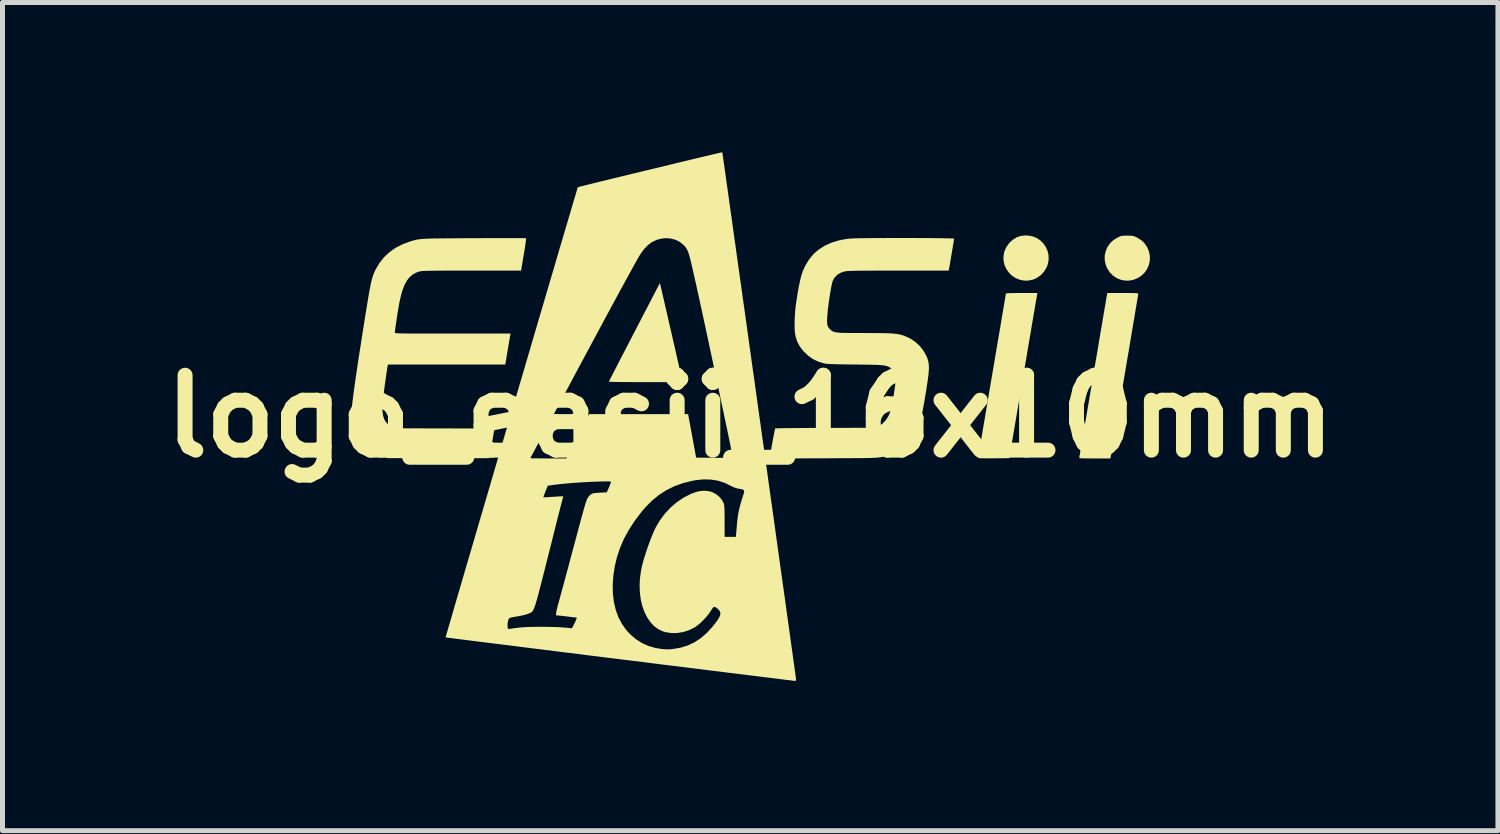
<source format=kicad_pcb>
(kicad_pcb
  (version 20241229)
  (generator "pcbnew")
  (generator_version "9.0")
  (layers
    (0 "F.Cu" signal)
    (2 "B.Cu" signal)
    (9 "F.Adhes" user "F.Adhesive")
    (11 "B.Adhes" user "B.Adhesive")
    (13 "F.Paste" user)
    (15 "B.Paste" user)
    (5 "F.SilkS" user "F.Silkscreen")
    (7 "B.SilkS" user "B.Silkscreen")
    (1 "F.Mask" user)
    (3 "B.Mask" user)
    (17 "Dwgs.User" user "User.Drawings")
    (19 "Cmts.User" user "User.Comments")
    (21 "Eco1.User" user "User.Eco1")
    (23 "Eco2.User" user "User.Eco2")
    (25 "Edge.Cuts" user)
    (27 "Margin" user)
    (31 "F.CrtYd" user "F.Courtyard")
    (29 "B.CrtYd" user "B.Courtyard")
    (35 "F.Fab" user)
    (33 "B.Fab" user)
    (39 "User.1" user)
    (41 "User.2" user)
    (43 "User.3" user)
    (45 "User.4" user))
  (footprint "logo_easii_16x10mm"
    (layer "F.Cu")
    (at 11.979 5.289)
    (property "Reference" "logo_easii_16x10mm" (at 0 0 0) (layer "F.SilkS") (effects (font (size 1.5 1.5) (thickness 0.3))))
    (attr board_only exclude_from_pos_files exclude_from_bom)
    (fp_poly (pts (xy 5.555 -3.622) (xy 5.648 -3.607) (xy 5.732 -3.575) (xy 5.806 -3.527) (xy 5.869 -3.466) (xy 5.919 -3.394) (xy 5.955 -3.315) (xy 5.975 -3.229) (xy 5.978 -3.14) (xy 5.962 -3.049) (xy 5.936 -2.98) (xy 5.886 -2.898) (xy 5.823 -2.829) (xy 5.749 -2.776) (xy 5.666 -2.738) (xy 5.577 -2.719) (xy 5.486 -2.718) (xy 5.396 -2.736) (xy 5.312 -2.771) (xy 5.242 -2.817) (xy 5.19 -2.867) (xy 5.132 -2.946) (xy 5.093 -3.032) (xy 5.073 -3.122) (xy 5.073 -3.213) (xy 5.091 -3.303) (xy 5.129 -3.388) (xy 5.185 -3.467) (xy 5.196 -3.479) (xy 5.269 -3.544) (xy 5.346 -3.589) (xy 5.431 -3.615) (xy 5.525 -3.623)) (stroke (width 0) (type solid)) (fill yes) (layer "F.SilkS"))
    (fp_poly (pts (xy 7.606 -3.618) (xy 7.644 -3.616) (xy 7.673 -3.612) (xy 7.7 -3.603) (xy 7.729 -3.59) (xy 7.74 -3.585) (xy 7.827 -3.532) (xy 7.897 -3.468) (xy 7.95 -3.391) (xy 7.987 -3.302) (xy 8.005 -3.209) (xy 8.005 -3.119) (xy 7.986 -3.034) (xy 7.952 -2.954) (xy 7.903 -2.883) (xy 7.843 -2.822) (xy 7.771 -2.774) (xy 7.692 -2.739) (xy 7.605 -2.719) (xy 7.514 -2.718) (xy 7.431 -2.732) (xy 7.344 -2.766) (xy 7.268 -2.817) (xy 7.204 -2.881) (xy 7.154 -2.956) (xy 7.119 -3.039) (xy 7.101 -3.128) (xy 7.101 -3.22) (xy 7.119 -3.302) (xy 7.156 -3.393) (xy 7.21 -3.469) (xy 7.28 -3.533) (xy 7.366 -3.585) (xy 7.398 -3.6) (xy 7.425 -3.61) (xy 7.453 -3.615) (xy 7.488 -3.618) (xy 7.536 -3.619) (xy 7.553 -3.619)) (stroke (width 0) (type solid)) (fill yes) (layer "F.SilkS"))
    (fp_poly (pts (xy -1.807 -2.658) (xy -1.8 -2.628) (xy -1.789 -2.581) (xy -1.774 -2.519) (xy -1.757 -2.443) (xy -1.736 -2.355) (xy -1.714 -2.256) (xy -1.689 -2.149) (xy -1.663 -2.035) (xy -1.636 -1.916) (xy -1.608 -1.794) (xy -1.579 -1.671) (xy -1.551 -1.547) (xy -1.523 -1.426) (xy -1.496 -1.309) (xy -1.471 -1.197) (xy -1.447 -1.092) (xy -1.425 -0.996) (xy -1.406 -0.912) (xy -1.389 -0.839) (xy -1.376 -0.781) (xy -1.367 -0.74) (xy -1.362 -0.716) (xy -1.361 -0.714) (xy -1.355 -0.684) (xy -2.095 -0.684) (xy -2.251 -0.684) (xy -2.386 -0.685) (xy -2.502 -0.685) (xy -2.599 -0.686) (xy -2.677 -0.687) (xy -2.739 -0.688) (xy -2.784 -0.69) (xy -2.814 -0.692) (xy -2.829 -0.694) (xy -2.831 -0.696) (xy -2.825 -0.708) (xy -2.811 -0.737) (xy -2.788 -0.781) (xy -2.758 -0.84) (xy -2.721 -0.912) (xy -2.678 -0.995) (xy -2.631 -1.087) (xy -2.579 -1.188) (xy -2.523 -1.295) (xy -2.465 -1.407) (xy -2.405 -1.523) (xy -2.344 -1.641) (xy -2.283 -1.759) (xy -2.222 -1.876) (xy -2.163 -1.991) (xy -2.105 -2.102) (xy -2.05 -2.207) (xy -1.999 -2.306) (xy -1.953 -2.395) (xy -1.911 -2.475) (xy -1.876 -2.543) (xy -1.847 -2.598) (xy -1.826 -2.638) (xy -1.813 -2.662) (xy -1.809 -2.668)) (stroke (width 0) (type solid)) (fill yes) (layer "F.SilkS"))
    (fp_poly (pts (xy 5.746 -2.435) (xy 5.743 -2.42) (xy 5.738 -2.386) (xy 5.729 -2.333) (xy 5.716 -2.263) (xy 5.702 -2.176) (xy 5.684 -2.074) (xy 5.664 -1.957) (xy 5.642 -1.828) (xy 5.619 -1.687) (xy 5.593 -1.536) (xy 5.565 -1.375) (xy 5.537 -1.206) (xy 5.507 -1.03) (xy 5.476 -0.849) (xy 5.464 -0.78) (xy 5.189 0.839) (xy 4.877 0.842) (xy 4.78 0.843) (xy 4.7 0.842) (xy 4.638 0.841) (xy 4.594 0.839) (xy 4.57 0.837) (xy 4.565 0.834) (xy 4.566 0.823) (xy 4.572 0.791) (xy 4.58 0.741) (xy 4.591 0.673) (xy 4.606 0.589) (xy 4.622 0.489) (xy 4.642 0.375) (xy 4.663 0.248) (xy 4.687 0.109) (xy 4.712 -0.041) (xy 4.739 -0.2) (xy 4.768 -0.368) (xy 4.797 -0.544) (xy 4.828 -0.725) (xy 4.843 -0.811) (xy 4.874 -0.995) (xy 4.904 -1.173) (xy 4.933 -1.345) (xy 4.961 -1.508) (xy 4.987 -1.663) (xy 5.012 -1.807) (xy 5.034 -1.94) (xy 5.054 -2.06) (xy 5.072 -2.167) (xy 5.088 -2.259) (xy 5.1 -2.334) (xy 5.11 -2.393) (xy 5.117 -2.434) (xy 5.12 -2.455) (xy 5.121 -2.457) (xy 5.128 -2.461) (xy 5.149 -2.464) (xy 5.187 -2.466) (xy 5.242 -2.468) (xy 5.315 -2.469) (xy 5.408 -2.469) (xy 5.436 -2.469) (xy 5.752 -2.469)) (stroke (width 0) (type solid)) (fill yes) (layer "F.SilkS"))
    (fp_poly (pts (xy 7.552 -2.469) (xy 7.622 -2.469) (xy 7.676 -2.468) (xy 7.715 -2.467) (xy 7.741 -2.466) (xy 7.758 -2.463) (xy 7.767 -2.459) (xy 7.771 -2.455) (xy 7.772 -2.449) (xy 7.77 -2.437) (xy 7.765 -2.405) (xy 7.757 -2.355) (xy 7.746 -2.288) (xy 7.732 -2.206) (xy 7.716 -2.109) (xy 7.698 -2) (xy 7.677 -1.88) (xy 7.655 -1.749) (xy 7.632 -1.61) (xy 7.607 -1.464) (xy 7.582 -1.312) (xy 7.555 -1.156) (xy 7.529 -0.997) (xy 7.501 -0.836) (xy 7.474 -0.675) (xy 7.447 -0.515) (xy 7.421 -0.358) (xy 7.395 -0.205) (xy 7.37 -0.057) (xy 7.346 0.084) (xy 7.323 0.216) (xy 7.302 0.34) (xy 7.283 0.452) (xy 7.266 0.551) (xy 7.251 0.637) (xy 7.239 0.708) (xy 7.23 0.762) (xy 7.223 0.799) (xy 7.22 0.815) (xy 7.214 0.845) (xy 6.901 0.845) (xy 6.811 0.844) (xy 6.74 0.844) (xy 6.685 0.843) (xy 6.646 0.842) (xy 6.619 0.841) (xy 6.603 0.838) (xy 6.594 0.834) (xy 6.591 0.83) (xy 6.591 0.826) (xy 6.594 0.813) (xy 6.599 0.781) (xy 6.608 0.73) (xy 6.62 0.661) (xy 6.634 0.576) (xy 6.652 0.475) (xy 6.671 0.361) (xy 6.693 0.233) (xy 6.716 0.094) (xy 6.742 -0.056) (xy 6.769 -0.216) (xy 6.798 -0.384) (xy 6.827 -0.559) (xy 6.858 -0.74) (xy 6.868 -0.802) (xy 6.899 -0.985) (xy 6.93 -1.162) (xy 6.959 -1.333) (xy 6.986 -1.496) (xy 7.012 -1.65) (xy 7.037 -1.794) (xy 7.059 -1.926) (xy 7.08 -2.046) (xy 7.098 -2.153) (xy 7.114 -2.244) (xy 7.126 -2.319) (xy 7.136 -2.378) (xy 7.143 -2.417) (xy 7.147 -2.438) (xy 7.147 -2.44) (xy 7.153 -2.469) (xy 7.463 -2.469)) (stroke (width 0) (type solid)) (fill yes) (layer "F.SilkS"))
    (fp_poly (pts (xy -4.772 -3.569) (xy -4.684 -3.569) (xy -4.611 -3.569) (xy -4.555 -3.568) (xy -4.517 -3.568) (xy -4.497 -3.567) (xy -4.496 -3.567) (xy -4.492 -3.56) (xy -4.492 -3.543) (xy -4.494 -3.513) (xy -4.5 -3.47) (xy -4.509 -3.41) (xy -4.521 -3.332) (xy -4.537 -3.24) (xy -4.591 -2.918) (xy -5.575 -2.918) (xy -5.746 -2.918) (xy -5.897 -2.918) (xy -6.03 -2.918) (xy -6.145 -2.918) (xy -6.243 -2.917) (xy -6.327 -2.916) (xy -6.397 -2.915) (xy -6.456 -2.914) (xy -6.503 -2.913) (xy -6.541 -2.911) (xy -6.57 -2.91) (xy -6.593 -2.907) (xy -6.61 -2.905) (xy -6.621 -2.902) (xy -6.698 -2.876) (xy -6.766 -2.837) (xy -6.826 -2.785) (xy -6.878 -2.718) (xy -6.923 -2.636) (xy -6.963 -2.536) (xy -6.997 -2.418) (xy -7.028 -2.281) (xy -7.036 -2.234) (xy -7.047 -2.174) (xy -7.058 -2.106) (xy -7.07 -2.033) (xy -7.081 -1.959) (xy -7.092 -1.886) (xy -7.102 -1.819) (xy -7.11 -1.761) (xy -7.116 -1.715) (xy -7.119 -1.686) (xy -7.12 -1.678) (xy -7.119 -1.675) (xy -7.118 -1.672) (xy -7.114 -1.669) (xy -7.106 -1.667) (xy -7.093 -1.665) (xy -7.074 -1.663) (xy -7.048 -1.662) (xy -7.014 -1.661) (xy -6.97 -1.66) (xy -6.915 -1.659) (xy -6.848 -1.658) (xy -6.768 -1.658) (xy -6.673 -1.657) (xy -6.563 -1.657) (xy -6.436 -1.657) (xy -6.291 -1.657) (xy -6.127 -1.657) (xy -5.962 -1.657) (xy -4.803 -1.657) (xy -4.849 -1.382) (xy -4.862 -1.306) (xy -4.874 -1.235) (xy -4.884 -1.173) (xy -4.893 -1.123) (xy -4.899 -1.087) (xy -4.901 -1.072) (xy -4.908 -1.037) (xy -6.082 -1.037) (xy -7.257 -1.037) (xy -7.263 -1.008) (xy -7.269 -0.978) (xy -7.276 -0.931) (xy -7.286 -0.869) (xy -7.296 -0.798) (xy -7.307 -0.719) (xy -7.319 -0.637) (xy -7.33 -0.556) (xy -7.34 -0.478) (xy -7.349 -0.408) (xy -7.356 -0.35) (xy -7.36 -0.317) (xy -7.369 -0.198) (xy -7.367 -0.096) (xy -7.355 -0.011) (xy -7.332 0.06) (xy -7.297 0.118) (xy -7.251 0.165) (xy -7.191 0.203) (xy -7.187 0.205) (xy -7.115 0.241) (xy -6.12 0.243) (xy -5.124 0.246) (xy -5.174 0.543) (xy -5.223 0.839) (xy -6.222 0.84) (xy -6.367 0.84) (xy -6.507 0.84) (xy -6.64 0.84) (xy -6.764 0.84) (xy -6.878 0.84) (xy -6.981 0.839) (xy -7.07 0.839) (xy -7.144 0.839) (xy -7.202 0.838) (xy -7.242 0.838) (xy -7.263 0.837) (xy -7.264 0.837) (xy -7.411 0.816) (xy -7.541 0.781) (xy -7.655 0.733) (xy -7.753 0.671) (xy -7.835 0.596) (xy -7.9 0.508) (xy -7.948 0.406) (xy -7.979 0.291) (xy -7.981 0.278) (xy -7.988 0.236) (xy -7.992 0.191) (xy -7.995 0.142) (xy -7.996 0.088) (xy -7.995 0.027) (xy -7.991 -0.041) (xy -7.985 -0.117) (xy -7.977 -0.204) (xy -7.967 -0.301) (xy -7.953 -0.41) (xy -7.937 -0.533) (xy -7.918 -0.67) (xy -7.896 -0.822) (xy -7.871 -0.99) (xy -7.843 -1.177) (xy -7.811 -1.382) (xy -7.776 -1.604) (xy -7.748 -1.785) (xy -7.722 -1.948) (xy -7.699 -2.091) (xy -7.678 -2.218) (xy -7.66 -2.329) (xy -7.644 -2.426) (xy -7.629 -2.51) (xy -7.615 -2.582) (xy -7.603 -2.643) (xy -7.591 -2.696) (xy -7.58 -2.742) (xy -7.569 -2.781) (xy -7.558 -2.815) (xy -7.547 -2.846) (xy -7.535 -2.875) (xy -7.523 -2.903) (xy -7.509 -2.932) (xy -7.502 -2.945) (xy -7.426 -3.074) (xy -7.334 -3.188) (xy -7.226 -3.289) (xy -7.103 -3.375) (xy -6.966 -3.446) (xy -6.82 -3.5) (xy -6.787 -3.51) (xy -6.757 -3.519) (xy -6.728 -3.527) (xy -6.7 -3.534) (xy -6.67 -3.54) (xy -6.637 -3.545) (xy -6.6 -3.549) (xy -6.558 -3.553) (xy -6.508 -3.556) (xy -6.45 -3.559) (xy -6.381 -3.561) (xy -6.302 -3.562) (xy -6.209 -3.563) (xy -6.102 -3.564) (xy -5.979 -3.565) (xy -5.839 -3.566) (xy -5.681 -3.567) (xy -5.528 -3.567) (xy -5.382 -3.568) (xy -5.242 -3.569) (xy -5.11 -3.569) (xy -4.986 -3.569) (xy -4.873 -3.569)) (stroke (width 0) (type solid)) (fill yes) (layer "F.SilkS"))
    (fp_poly (pts (xy 3.147 -3.571) (xy 3.275 -3.571) (xy 3.4 -3.57) (xy 3.52 -3.57) (xy 3.633 -3.569) (xy 3.737 -3.568) (xy 3.831 -3.567) (xy 3.913 -3.565) (xy 3.98 -3.564) (xy 4.033 -3.562) (xy 4.067 -3.56) (xy 4.083 -3.558) (xy 4.084 -3.557) (xy 4.082 -3.544) (xy 4.077 -3.513) (xy 4.07 -3.467) (xy 4.06 -3.411) (xy 4.05 -3.346) (xy 4.038 -3.277) (xy 4.026 -3.207) (xy 4.015 -3.138) (xy 4.004 -3.076) (xy 3.995 -3.021) (xy 3.987 -2.979) (xy 3.982 -2.952) (xy 3.981 -2.948) (xy 3.975 -2.918) (xy 2.968 -2.918) (xy 2.795 -2.918) (xy 2.643 -2.918) (xy 2.509 -2.918) (xy 2.392 -2.917) (xy 2.291 -2.917) (xy 2.206 -2.916) (xy 2.133 -2.915) (xy 2.073 -2.914) (xy 2.024 -2.913) (xy 1.984 -2.911) (xy 1.953 -2.91) (xy 1.928 -2.907) (xy 1.909 -2.905) (xy 1.894 -2.902) (xy 1.892 -2.902) (xy 1.808 -2.874) (xy 1.74 -2.832) (xy 1.688 -2.777) (xy 1.656 -2.721) (xy 1.645 -2.689) (xy 1.633 -2.639) (xy 1.62 -2.575) (xy 1.607 -2.499) (xy 1.593 -2.416) (xy 1.58 -2.328) (xy 1.568 -2.24) (xy 1.557 -2.153) (xy 1.549 -2.073) (xy 1.543 -2.002) (xy 1.54 -1.943) (xy 1.539 -1.923) (xy 1.541 -1.864) (xy 1.548 -1.82) (xy 1.562 -1.786) (xy 1.585 -1.756) (xy 1.608 -1.734) (xy 1.625 -1.72) (xy 1.641 -1.708) (xy 1.66 -1.698) (xy 1.682 -1.69) (xy 1.709 -1.683) (xy 1.743 -1.678) (xy 1.787 -1.674) (xy 1.842 -1.671) (xy 1.909 -1.67) (xy 1.992 -1.668) (xy 2.09 -1.668) (xy 2.208 -1.668) (xy 2.287 -1.668) (xy 2.423 -1.667) (xy 2.54 -1.667) (xy 2.64 -1.666) (xy 2.724 -1.664) (xy 2.795 -1.661) (xy 2.855 -1.658) (xy 2.906 -1.653) (xy 2.95 -1.647) (xy 2.989 -1.64) (xy 3.025 -1.631) (xy 3.061 -1.62) (xy 3.088 -1.611) (xy 3.2 -1.561) (xy 3.303 -1.493) (xy 3.394 -1.41) (xy 3.47 -1.314) (xy 3.529 -1.208) (xy 3.546 -1.167) (xy 3.558 -1.129) (xy 3.568 -1.091) (xy 3.575 -1.05) (xy 3.579 -1.005) (xy 3.579 -0.953) (xy 3.575 -0.893) (xy 3.568 -0.821) (xy 3.558 -0.737) (xy 3.543 -0.638) (xy 3.525 -0.521) (xy 3.505 -0.401) (xy 3.491 -0.315) (xy 3.476 -0.232) (xy 3.462 -0.155) (xy 3.449 -0.087) (xy 3.439 -0.033) (xy 3.431 0.005) (xy 3.429 0.011) (xy 3.383 0.16) (xy 3.321 0.297) (xy 3.243 0.42) (xy 3.151 0.53) (xy 3.046 0.625) (xy 2.928 0.703) (xy 2.798 0.764) (xy 2.781 0.77) (xy 2.751 0.781) (xy 2.725 0.79) (xy 2.701 0.799) (xy 2.677 0.806) (xy 2.652 0.812) (xy 2.625 0.818) (xy 2.594 0.823) (xy 2.558 0.827) (xy 2.516 0.83) (xy 2.466 0.832) (xy 2.407 0.835) (xy 2.337 0.836) (xy 2.255 0.838) (xy 2.16 0.839) (xy 2.05 0.839) (xy 1.924 0.84) (xy 1.78 0.84) (xy 1.618 0.841) (xy 1.467 0.842) (xy 0.384 0.845) (xy 0.39 0.821) (xy 0.393 0.804) (xy 0.399 0.769) (xy 0.409 0.719) (xy 0.42 0.658) (xy 0.432 0.588) (xy 0.444 0.524) (xy 0.457 0.45) (xy 0.47 0.383) (xy 0.481 0.326) (xy 0.491 0.282) (xy 0.497 0.253) (xy 0.501 0.243) (xy 0.512 0.242) (xy 0.544 0.241) (xy 0.594 0.24) (xy 0.66 0.239) (xy 0.743 0.238) (xy 0.839 0.237) (xy 0.947 0.236) (xy 1.066 0.235) (xy 1.195 0.234) (xy 1.332 0.233) (xy 1.475 0.233) (xy 1.508 0.233) (xy 2.507 0.23) (xy 2.569 0.199) (xy 2.647 0.149) (xy 2.713 0.082) (xy 2.768 -0.002) (xy 2.809 -0.101) (xy 2.821 -0.145) (xy 2.834 -0.201) (xy 2.848 -0.27) (xy 2.862 -0.349) (xy 2.875 -0.433) (xy 2.888 -0.518) (xy 2.9 -0.6) (xy 2.909 -0.675) (xy 2.915 -0.738) (xy 2.918 -0.785) (xy 2.918 -0.794) (xy 2.909 -0.856) (xy 2.881 -0.908) (xy 2.832 -0.953) (xy 2.824 -0.959) (xy 2.802 -0.974) (xy 2.781 -0.987) (xy 2.759 -0.997) (xy 2.736 -1.006) (xy 2.708 -1.013) (xy 2.674 -1.019) (xy 2.633 -1.023) (xy 2.581 -1.027) (xy 2.518 -1.03) (xy 2.441 -1.032) (xy 2.348 -1.034) (xy 2.239 -1.035) (xy 2.109 -1.037) (xy 2.101 -1.037) (xy 1.975 -1.038) (xy 1.868 -1.04) (xy 1.779 -1.041) (xy 1.705 -1.043) (xy 1.645 -1.045) (xy 1.597 -1.047) (xy 1.558 -1.049) (xy 1.527 -1.052) (xy 1.501 -1.056) (xy 1.479 -1.059) (xy 1.465 -1.063) (xy 1.355 -1.098) (xy 1.256 -1.146) (xy 1.164 -1.211) (xy 1.076 -1.294) (xy 1.064 -1.307) (xy 0.993 -1.398) (xy 0.941 -1.496) (xy 0.907 -1.605) (xy 0.903 -1.624) (xy 0.894 -1.687) (xy 0.889 -1.767) (xy 0.888 -1.859) (xy 0.891 -1.96) (xy 0.897 -2.066) (xy 0.906 -2.172) (xy 0.919 -2.274) (xy 0.924 -2.304) (xy 0.944 -2.433) (xy 0.963 -2.543) (xy 0.981 -2.637) (xy 0.998 -2.717) (xy 1.015 -2.787) (xy 1.032 -2.847) (xy 1.051 -2.902) (xy 1.072 -2.953) (xy 1.096 -3.003) (xy 1.108 -3.027) (xy 1.181 -3.146) (xy 1.27 -3.252) (xy 1.374 -3.342) (xy 1.494 -3.418) (xy 1.628 -3.478) (xy 1.776 -3.524) (xy 1.939 -3.554) (xy 1.988 -3.559) (xy 2.019 -3.561) (xy 2.068 -3.563) (xy 2.133 -3.565) (xy 2.212 -3.567) (xy 2.304 -3.568) (xy 2.406 -3.569) (xy 2.518 -3.57) (xy 2.636 -3.57) (xy 2.76 -3.571) (xy 2.888 -3.571) (xy 3.017 -3.571)) (stroke (width 0) (type solid)) (fill yes) (layer "F.SilkS"))
    (fp_poly (pts (xy -0.558 -5.278) (xy -0.554 -5.247) (xy -0.546 -5.196) (xy -0.537 -5.127) (xy -0.524 -5.039) (xy -0.509 -4.934) (xy -0.492 -4.812) (xy -0.473 -4.675) (xy -0.451 -4.523) (xy -0.428 -4.357) (xy -0.403 -4.177) (xy -0.375 -3.984) (xy -0.347 -3.78) (xy -0.317 -3.564) (xy -0.285 -3.338) (xy -0.252 -3.103) (xy -0.218 -2.859) (xy -0.182 -2.607) (xy -0.146 -2.347) (xy -0.108 -2.081) (xy -0.07 -1.81) (xy -0.032 -1.533) (xy 0.008 -1.252) (xy 0.047 -0.968) (xy 0.088 -0.682) (xy 0.128 -0.393) (xy 0.168 -0.104) (xy 0.209 0.186) (xy 0.249 0.475) (xy 0.29 0.763) (xy 0.33 1.049) (xy 0.369 1.332) (xy 0.408 1.611) (xy 0.447 1.886) (xy 0.485 2.156) (xy 0.521 2.42) (xy 0.557 2.678) (xy 0.592 2.928) (xy 0.626 3.169) (xy 0.658 3.402) (xy 0.69 3.624) (xy 0.719 3.837) (xy 0.747 4.037) (xy 0.773 4.226) (xy 0.798 4.402) (xy 0.82 4.564) (xy 0.841 4.712) (xy 0.859 4.844) (xy 0.876 4.961) (xy 0.889 5.061) (xy 0.901 5.143) (xy 0.909 5.207) (xy 0.915 5.252) (xy 0.919 5.276) (xy 0.919 5.282) (xy 0.913 5.298) (xy 0.895 5.301) (xy 0.883 5.3) (xy 0.85 5.296) (xy 0.798 5.289) (xy 0.726 5.281) (xy 0.637 5.27) (xy 0.531 5.256) (xy 0.408 5.241) (xy 0.269 5.224) (xy 0.115 5.205) (xy -0.053 5.184) (xy -0.234 5.162) (xy -0.427 5.138) (xy -0.632 5.112) (xy -0.849 5.086) (xy -1.075 5.057) (xy -1.311 5.028) (xy -1.555 4.998) (xy -1.807 4.967) (xy -2.066 4.934) (xy -2.331 4.901) (xy -2.602 4.868) (xy -2.614 4.866) (xy -2.884 4.833) (xy -3.15 4.8) (xy -3.408 4.767) (xy -3.66 4.736) (xy -3.904 4.706) (xy -4.14 4.676) (xy -4.366 4.648) (xy -4.581 4.621) (xy -4.786 4.595) (xy -4.979 4.571) (xy -5.16 4.549) (xy -5.327 4.528) (xy -5.48 4.509) (xy -5.618 4.491) (xy -5.741 4.476) (xy -5.847 4.462) (xy -5.936 4.451) (xy -6.007 4.442) (xy -6.058 4.436) (xy -6.091 4.431) (xy -6.103 4.43) (xy -6.103 4.43) (xy -6.1 4.419) (xy -6.092 4.389) (xy -6.078 4.34) (xy -6.058 4.273) (xy -6.038 4.202) (xy -4.862 4.202) (xy -4.859 4.234) (xy -4.851 4.257) (xy -4.839 4.263) (xy -4.828 4.261) (xy -4.809 4.258) (xy -4.774 4.252) (xy -4.727 4.245) (xy -4.673 4.238) (xy -4.666 4.237) (xy -4.596 4.23) (xy -4.51 4.224) (xy -4.411 4.22) (xy -4.303 4.218) (xy -4.19 4.217) (xy -4.074 4.218) (xy -3.96 4.221) (xy -3.852 4.224) (xy -3.753 4.23) (xy -3.666 4.237) (xy -3.597 4.245) (xy -3.577 4.248) (xy -3.569 4.239) (xy -3.555 4.216) (xy -3.538 4.183) (xy -3.519 4.144) (xy -3.501 4.106) (xy -3.486 4.071) (xy -3.477 4.046) (xy -3.476 4.036) (xy -3.487 4.033) (xy -3.515 4.029) (xy -3.557 4.024) (xy -3.608 4.018) (xy -3.664 4.011) (xy -3.722 4.004) (xy -3.777 3.998) (xy -3.825 3.993) (xy -3.862 3.989) (xy -3.885 3.988) (xy -3.888 3.987) (xy -3.892 3.978) (xy -3.89 3.95) (xy -3.883 3.908) (xy -3.871 3.855) (xy -3.856 3.792) (xy -3.837 3.726) (xy -3.828 3.691) (xy -3.813 3.638) (xy -3.794 3.568) (xy -3.771 3.483) (xy -3.744 3.385) (xy -3.74 3.37) (xy -2.755 3.37) (xy -2.752 3.549) (xy -2.732 3.718) (xy -2.695 3.876) (xy -2.642 4.023) (xy -2.571 4.158) (xy -2.485 4.28) (xy -2.402 4.369) (xy -2.289 4.466) (xy -2.168 4.543) (xy -2.039 4.601) (xy -1.9 4.641) (xy -1.783 4.66) (xy -1.727 4.666) (xy -1.683 4.669) (xy -1.644 4.669) (xy -1.601 4.667) (xy -1.545 4.661) (xy -1.393 4.635) (xy -1.25 4.59) (xy -1.115 4.526) (xy -0.988 4.442) (xy -0.868 4.338) (xy -0.755 4.214) (xy -0.749 4.207) (xy -0.69 4.132) (xy -0.647 4.071) (xy -0.617 4.02) (xy -0.601 3.978) (xy -0.598 3.942) (xy -0.607 3.91) (xy -0.628 3.88) (xy -0.655 3.854) (xy -0.687 3.829) (xy -0.712 3.818) (xy -0.734 3.823) (xy -0.756 3.845) (xy -0.782 3.884) (xy -0.791 3.899) (xy -0.832 3.961) (xy -0.887 4.027) (xy -0.949 4.093) (xy -1.014 4.154) (xy -1.077 4.205) (xy -1.12 4.233) (xy -1.227 4.285) (xy -1.34 4.321) (xy -1.457 4.341) (xy -1.573 4.343) (xy -1.684 4.327) (xy -1.748 4.309) (xy -1.841 4.265) (xy -1.925 4.204) (xy -1.999 4.125) (xy -2.063 4.032) (xy -2.117 3.926) (xy -2.16 3.808) (xy -2.191 3.68) (xy -2.21 3.544) (xy -2.216 3.4) (xy -2.21 3.252) (xy -2.189 3.099) (xy -2.175 3.027) (xy -2.153 2.938) (xy -2.124 2.836) (xy -2.089 2.728) (xy -2.052 2.616) (xy -2.012 2.506) (xy -1.972 2.403) (xy -1.934 2.312) (xy -1.9 2.239) (xy -1.815 2.092) (xy -1.715 1.957) (xy -1.602 1.834) (xy -1.477 1.726) (xy -1.343 1.634) (xy -1.201 1.56) (xy -1.104 1.522) (xy -1.018 1.5) (xy -0.929 1.491) (xy -0.844 1.497) (xy -0.769 1.516) (xy -0.767 1.517) (xy -0.69 1.557) (xy -0.622 1.61) (xy -0.568 1.674) (xy -0.53 1.745) (xy -0.529 1.75) (xy -0.524 1.769) (xy -0.52 1.798) (xy -0.518 1.839) (xy -0.516 1.895) (xy -0.514 1.967) (xy -0.514 2.058) (xy -0.514 2.103) (xy -0.513 2.416) (xy -0.402 2.416) (xy -0.29 2.416) (xy -0.284 2.371) (xy -0.281 2.339) (xy -0.277 2.293) (xy -0.273 2.244) (xy -0.272 2.229) (xy -0.261 2.102) (xy -0.247 1.989) (xy -0.227 1.883) (xy -0.201 1.778) (xy -0.168 1.666) (xy -0.158 1.637) (xy -0.139 1.577) (xy -0.127 1.535) (xy -0.122 1.507) (xy -0.123 1.49) (xy -0.125 1.487) (xy -0.133 1.478) (xy -0.147 1.47) (xy -0.171 1.463) (xy -0.208 1.454) (xy -0.258 1.445) (xy -0.3 1.433) (xy -0.35 1.414) (xy -0.393 1.392) (xy -0.518 1.331) (xy -0.648 1.29) (xy -0.784 1.268) (xy -0.927 1.264) (xy -1.08 1.278) (xy -1.165 1.293) (xy -1.349 1.34) (xy -1.52 1.401) (xy -1.678 1.479) (xy -1.826 1.574) (xy -1.965 1.687) (xy -2.097 1.82) (xy -2.17 1.904) (xy -2.31 2.088) (xy -2.43 2.272) (xy -2.531 2.456) (xy -2.611 2.643) (xy -2.673 2.834) (xy -2.709 2.984) (xy -2.741 3.182) (xy -2.755 3.37) (xy -3.74 3.37) (xy -3.715 3.277) (xy -3.684 3.16) (xy -3.65 3.037) (xy -3.616 2.908) (xy -3.581 2.777) (xy -3.58 2.774) (xy -3.533 2.598) (xy -3.491 2.442) (xy -3.454 2.304) (xy -3.422 2.183) (xy -3.393 2.077) (xy -3.369 1.986) (xy -3.347 1.909) (xy -3.329 1.844) (xy -3.313 1.79) (xy -3.299 1.745) (xy -3.287 1.709) (xy -3.277 1.681) (xy -3.268 1.658) (xy -3.259 1.641) (xy -3.251 1.627) (xy -3.243 1.616) (xy -3.235 1.606) (xy -3.226 1.596) (xy -3.219 1.589) (xy -3.198 1.569) (xy -3.176 1.555) (xy -3.148 1.545) (xy -3.111 1.538) (xy -3.059 1.533) (xy -3.006 1.53) (xy -2.874 1.523) (xy -2.832 1.429) (xy -2.814 1.386) (xy -2.8 1.35) (xy -2.792 1.324) (xy -2.79 1.317) (xy -2.792 1.312) (xy -2.8 1.308) (xy -2.816 1.306) (xy -2.843 1.304) (xy -2.883 1.304) (xy -2.938 1.305) (xy -3.012 1.307) (xy -3.033 1.308) (xy -3.161 1.312) (xy -3.294 1.319) (xy -3.429 1.327) (xy -3.562 1.336) (xy -3.688 1.347) (xy -3.805 1.358) (xy -3.907 1.37) (xy -3.977 1.379) (xy -4.057 1.392) (xy -4.102 1.505) (xy -4.12 1.55) (xy -4.133 1.587) (xy -4.142 1.613) (xy -4.143 1.622) (xy -4.132 1.623) (xy -4.103 1.622) (xy -4.06 1.62) (xy -4.007 1.617) (xy -3.977 1.615) (xy -3.917 1.611) (xy -3.863 1.607) (xy -3.818 1.605) (xy -3.787 1.604) (xy -3.78 1.604) (xy -3.745 1.604) (xy -3.787 1.761) (xy -3.796 1.797) (xy -3.81 1.851) (xy -3.828 1.922) (xy -3.85 2.008) (xy -3.875 2.107) (xy -3.903 2.217) (xy -3.933 2.336) (xy -3.964 2.462) (xy -3.997 2.593) (xy -4.031 2.727) (xy -4.04 2.763) (xy -4.085 2.941) (xy -4.124 3.099) (xy -4.16 3.238) (xy -4.191 3.361) (xy -4.219 3.467) (xy -4.243 3.559) (xy -4.264 3.637) (xy -4.283 3.702) (xy -4.299 3.757) (xy -4.314 3.801) (xy -4.327 3.836) (xy -4.338 3.864) (xy -4.349 3.886) (xy -4.36 3.902) (xy -4.371 3.915) (xy -4.381 3.924) (xy -4.393 3.932) (xy -4.395 3.933) (xy -4.433 3.951) (xy -4.49 3.97) (xy -4.56 3.988) (xy -4.641 4.004) (xy -4.704 4.015) (xy -4.761 4.025) (xy -4.8 4.034) (xy -4.824 4.045) (xy -4.834 4.052) (xy -4.845 4.076) (xy -4.855 4.114) (xy -4.861 4.159) (xy -4.862 4.202) (xy -6.038 4.202) (xy -6.034 4.189) (xy -6.004 4.088) (xy -5.97 3.971) (xy -5.932 3.84) (xy -5.89 3.694) (xy -5.843 3.535) (xy -5.793 3.363) (xy -5.739 3.18) (xy -5.683 2.986) (xy -5.623 2.782) (xy -5.56 2.568) (xy -5.495 2.346) (xy -5.428 2.116) (xy -5.358 1.88) (xy -5.287 1.637) (xy -5.214 1.388) (xy -5.14 1.136) (xy -5.065 0.879) (xy -5.053 0.839) (xy -4.404 0.839) (xy -4.394 0.84) (xy -4.365 0.842) (xy -4.319 0.843) (xy -4.26 0.843) (xy -4.188 0.844) (xy -4.108 0.844) (xy -4.042 0.845) (xy -3.68 0.845) (xy -3.453 0.401) (xy -3.227 -0.043) (xy -2.236 -0.043) (xy -1.245 -0.043) (xy -1.164 0.393) (xy -1.084 0.828) (xy -0.726 0.831) (xy -0.641 0.832) (xy -0.562 0.832) (xy -0.492 0.832) (xy -0.434 0.832) (xy -0.391 0.831) (xy -0.364 0.83) (xy -0.357 0.83) (xy -0.356 0.818) (xy -0.36 0.786) (xy -0.369 0.733) (xy -0.383 0.659) (xy -0.401 0.565) (xy -0.424 0.452) (xy -0.445 0.351) (xy -0.523 -0.019) (xy -0.597 -0.368) (xy -0.666 -0.696) (xy -0.732 -1.004) (xy -0.793 -1.292) (xy -0.85 -1.559) (xy -0.903 -1.806) (xy -0.952 -2.033) (xy -0.997 -2.24) (xy -1.038 -2.427) (xy -1.075 -2.595) (xy -1.108 -2.743) (xy -1.137 -2.872) (xy -1.162 -2.981) (xy -1.183 -3.072) (xy -1.201 -3.143) (xy -1.208 -3.172) (xy -1.228 -3.245) (xy -1.248 -3.303) (xy -1.27 -3.348) (xy -1.295 -3.387) (xy -1.327 -3.423) (xy -1.335 -3.431) (xy -1.409 -3.491) (xy -1.494 -3.534) (xy -1.587 -3.56) (xy -1.684 -3.568) (xy -1.782 -3.559) (xy -1.88 -3.532) (xy -1.973 -3.486) (xy -1.983 -3.48) (xy -2.056 -3.423) (xy -2.128 -3.348) (xy -2.195 -3.256) (xy -2.221 -3.214) (xy -2.249 -3.167) (xy -2.286 -3.101) (xy -2.332 -3.018) (xy -2.387 -2.918) (xy -2.451 -2.801) (xy -2.524 -2.668) (xy -2.605 -2.52) (xy -2.693 -2.357) (xy -2.789 -2.18) (xy -2.892 -1.989) (xy -3.002 -1.785) (xy -3.118 -1.569) (xy -3.24 -1.341) (xy -3.369 -1.102) (xy -3.503 -0.851) (xy -3.642 -0.591) (xy -3.786 -0.322) (xy -3.875 -0.155) (xy -3.943 -0.027) (xy -4.009 0.097) (xy -4.072 0.215) (xy -4.131 0.326) (xy -4.186 0.428) (xy -4.235 0.52) (xy -4.278 0.6) (xy -4.314 0.667) (xy -4.342 0.72) (xy -4.362 0.757) (xy -4.373 0.776) (xy -4.373 0.778) (xy -4.39 0.808) (xy -4.401 0.831) (xy -4.404 0.839) (xy -5.053 0.839) (xy -4.989 0.62) (xy -4.912 0.358) (xy -4.835 0.096) (xy -4.757 -0.168) (xy -4.68 -0.431) (xy -4.603 -0.693) (xy -4.526 -0.953) (xy -4.451 -1.211) (xy -4.376 -1.465) (xy -4.303 -1.715) (xy -4.231 -1.959) (xy -4.16 -2.198) (xy -4.092 -2.43) (xy -4.026 -2.655) (xy -3.962 -2.872) (xy -3.901 -3.079) (xy -3.843 -3.277) (xy -3.788 -3.463) (xy -3.736 -3.639) (xy -3.688 -3.802) (xy -3.643 -3.952) (xy -3.603 -4.089) (xy -3.567 -4.21) (xy -3.536 -4.316) (xy -3.509 -4.406) (xy -3.487 -4.479) (xy -3.471 -4.534) (xy -3.46 -4.571) (xy -3.454 -4.588) (xy -3.454 -4.589) (xy -3.443 -4.592) (xy -3.413 -4.6) (xy -3.365 -4.612) (xy -3.3 -4.628) (xy -3.22 -4.648) (xy -3.127 -4.671) (xy -3.022 -4.697) (xy -2.906 -4.725) (xy -2.781 -4.756) (xy -2.648 -4.788) (xy -2.509 -4.822) (xy -2.365 -4.857) (xy -2.217 -4.893) (xy -2.068 -4.929) (xy -1.917 -4.965) (xy -1.768 -5.001) (xy -1.621 -5.037) (xy -1.478 -5.071) (xy -1.34 -5.105) (xy -1.208 -5.136) (xy -1.085 -5.166) (xy -0.971 -5.193) (xy -0.868 -5.217) (xy -0.777 -5.239) (xy -0.7 -5.257) (xy -0.639 -5.271) (xy -0.594 -5.282) (xy -0.567 -5.287) (xy -0.56 -5.289)) (stroke (width 0) (type solid)) (fill yes) (layer "F.SilkS")))
  (gr_rect
    (start -3 -3)
    (end 26.957 13.59)
    (stroke (width 0.1) (type default))
    (fill no)
    (layer "Edge.Cuts")))
</source>
